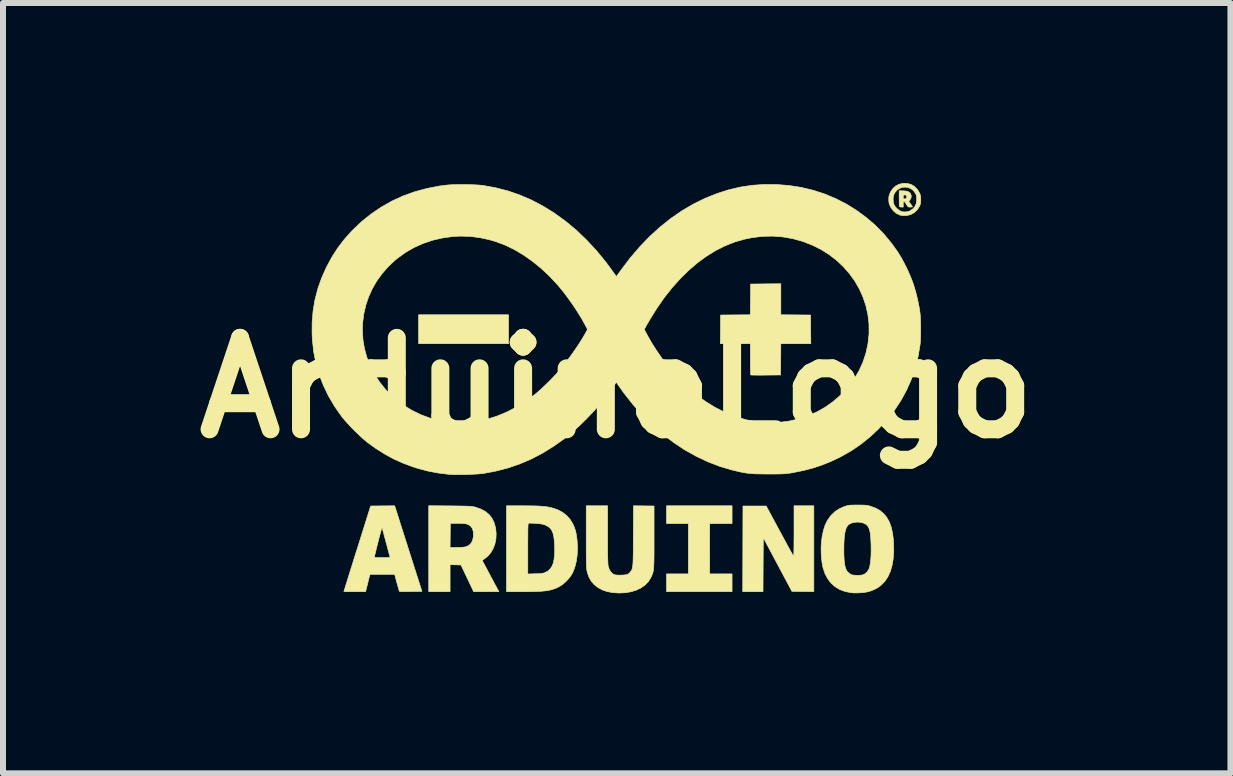
<source format=kicad_pcb>
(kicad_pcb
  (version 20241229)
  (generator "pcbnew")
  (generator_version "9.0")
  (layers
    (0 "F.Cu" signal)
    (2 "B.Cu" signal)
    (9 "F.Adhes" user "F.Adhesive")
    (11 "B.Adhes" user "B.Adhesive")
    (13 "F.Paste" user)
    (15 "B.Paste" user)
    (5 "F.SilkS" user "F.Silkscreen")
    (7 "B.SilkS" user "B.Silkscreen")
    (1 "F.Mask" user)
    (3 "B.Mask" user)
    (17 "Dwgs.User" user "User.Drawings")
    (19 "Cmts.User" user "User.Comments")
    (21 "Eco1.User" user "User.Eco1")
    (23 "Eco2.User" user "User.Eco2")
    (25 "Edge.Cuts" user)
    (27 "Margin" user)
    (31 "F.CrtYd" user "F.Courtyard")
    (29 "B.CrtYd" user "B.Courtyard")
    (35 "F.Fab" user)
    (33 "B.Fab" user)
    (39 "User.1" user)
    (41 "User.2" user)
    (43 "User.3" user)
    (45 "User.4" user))
  (footprint "ArduinoLogo"
    (layer "F.Cu")
    (at 7.228 3.415)
    (property "Reference" "ArduinoLogo" (at 0 0 0) (layer "F.SilkS") (effects (font (size 1.524 1.524) (thickness 0.3))))
    (attr through_hole)
    (fp_poly (pts (xy -1.803 -0.737) (xy -3.302 -0.737) (xy -3.302 -1.219) (xy -1.803 -1.219) (xy -1.803 -0.737)) (stroke (width 0.01) (type solid)) (fill yes) (layer "F.SilkS"))
    (fp_poly (pts (xy 1.922 2.261) (xy 1.549 2.261) (xy 1.549 3.099) (xy 1.922 3.099) (xy 1.922 3.395) (xy 0.83 3.395) (xy 0.83 3.099) (xy 1.194 3.099) (xy 1.194 2.261) (xy 0.83 2.261) (xy 0.83 1.964) (xy 1.922 1.964) (xy 1.922 2.261)) (stroke (width 0.01) (type solid)) (fill yes) (layer "F.SilkS"))
    (fp_poly (pts (xy 3.285 3.395) (xy 3.103 3.393) (xy 2.92 3.391) (xy 2.443 2.496) (xy 2.44 2.946) (xy 2.438 3.395) (xy 2.1 3.395) (xy 2.102 2.682) (xy 2.104 1.968) (xy 2.491 1.968) (xy 2.715 2.383) (xy 2.757 2.461) (xy 2.797 2.534) (xy 2.833 2.601) (xy 2.866 2.661) (xy 2.894 2.712) (xy 2.917 2.754) (xy 2.934 2.784) (xy 2.945 2.802) (xy 2.947 2.806) (xy 2.949 2.8) (xy 2.95 2.778) (xy 2.952 2.74) (xy 2.953 2.69) (xy 2.954 2.626) (xy 2.954 2.551) (xy 2.955 2.465) (xy 2.955 2.389) (xy 2.955 1.964) (xy 3.285 1.964) (xy 3.285 3.395)) (stroke (width 0.01) (type solid)) (fill yes) (layer "F.SilkS"))
    (fp_poly (pts (xy 2.735 -1.219) (xy 3.23 -1.215) (xy 3.232 -0.976) (xy 3.235 -0.737) (xy 2.735 -0.737) (xy 2.733 -0.476) (xy 2.73 -0.216) (xy 2.484 -0.214) (xy 2.421 -0.213) (xy 2.364 -0.213) (xy 2.314 -0.214) (xy 2.275 -0.214) (xy 2.247 -0.215) (xy 2.233 -0.217) (xy 2.233 -0.217) (xy 2.231 -0.227) (xy 2.23 -0.251) (xy 2.229 -0.288) (xy 2.228 -0.336) (xy 2.227 -0.392) (xy 2.227 -0.455) (xy 2.227 -0.48) (xy 2.227 -0.737) (xy 1.727 -0.737) (xy 1.729 -0.976) (xy 1.731 -1.215) (xy 1.979 -1.217) (xy 2.226 -1.219) (xy 2.229 -1.475) (xy 2.231 -1.731) (xy 2.483 -1.734) (xy 2.735 -1.736) (xy 2.735 -1.219)) (stroke (width 0.01) (type solid)) (fill yes) (layer "F.SilkS"))
    (fp_poly (pts (xy 4.821 -3.281) (xy 4.861 -3.27) (xy 4.888 -3.25) (xy 4.897 -3.235) (xy 4.909 -3.202) (xy 4.906 -3.17) (xy 4.889 -3.137) (xy 4.868 -3.106) (xy 4.898 -3.065) (xy 4.914 -3.043) (xy 4.925 -3.026) (xy 4.928 -3.019) (xy 4.92 -3.016) (xy 4.901 -3.014) (xy 4.89 -3.014) (xy 4.869 -3.015) (xy 4.855 -3.02) (xy 4.844 -3.032) (xy 4.83 -3.055) (xy 4.829 -3.059) (xy 4.813 -3.083) (xy 4.799 -3.1) (xy 4.79 -3.106) (xy 4.781 -3.105) (xy 4.777 -3.096) (xy 4.775 -3.076) (xy 4.775 -3.061) (xy 4.775 -3.014) (xy 4.747 -3.014) (xy 4.726 -3.016) (xy 4.713 -3.019) (xy 4.713 -3.02) (xy 4.711 -3.03) (xy 4.709 -3.054) (xy 4.708 -3.088) (xy 4.708 -3.131) (xy 4.707 -3.155) (xy 4.707 -3.184) (xy 4.775 -3.184) (xy 4.776 -3.162) (xy 4.782 -3.152) (xy 4.794 -3.15) (xy 4.794 -3.15) (xy 4.815 -3.153) (xy 4.825 -3.157) (xy 4.832 -3.17) (xy 4.833 -3.189) (xy 4.828 -3.206) (xy 4.816 -3.214) (xy 4.803 -3.216) (xy 4.785 -3.216) (xy 4.777 -3.211) (xy 4.775 -3.195) (xy 4.775 -3.184) (xy 4.707 -3.184) (xy 4.707 -3.285) (xy 4.767 -3.285) (xy 4.821 -3.281)) (stroke (width 0.01) (type solid)) (fill yes) (layer "F.SilkS"))
    (fp_poly (pts (xy 4.846 -3.407) (xy 4.908 -3.39) (xy 4.963 -3.357) (xy 5.009 -3.31) (xy 5.038 -3.264) (xy 5.053 -3.233) (xy 5.062 -3.207) (xy 5.066 -3.18) (xy 5.067 -3.146) (xy 5.067 -3.138) (xy 5.066 -3.099) (xy 5.062 -3.071) (xy 5.054 -3.045) (xy 5.042 -3.02) (xy 5.006 -2.966) (xy 4.96 -2.923) (xy 4.905 -2.892) (xy 4.845 -2.874) (xy 4.783 -2.87) (xy 4.721 -2.88) (xy 4.712 -2.884) (xy 4.655 -2.912) (xy 4.607 -2.955) (xy 4.568 -3.009) (xy 4.564 -3.018) (xy 4.548 -3.051) (xy 4.539 -3.078) (xy 4.535 -3.106) (xy 4.534 -3.14) (xy 4.534 -3.143) (xy 4.606 -3.143) (xy 4.61 -3.095) (xy 4.621 -3.054) (xy 4.622 -3.052) (xy 4.642 -3.02) (xy 4.671 -2.989) (xy 4.706 -2.961) (xy 4.739 -2.942) (xy 4.748 -2.939) (xy 4.787 -2.933) (xy 4.831 -2.935) (xy 4.87 -2.944) (xy 4.884 -2.95) (xy 4.934 -2.983) (xy 4.97 -3.023) (xy 4.991 -3.072) (xy 4.999 -3.132) (xy 4.999 -3.141) (xy 4.998 -3.182) (xy 4.992 -3.212) (xy 4.982 -3.237) (xy 4.981 -3.24) (xy 4.948 -3.285) (xy 4.907 -3.318) (xy 4.86 -3.339) (xy 4.81 -3.347) (xy 4.76 -3.342) (xy 4.712 -3.325) (xy 4.67 -3.296) (xy 4.635 -3.254) (xy 4.622 -3.23) (xy 4.61 -3.19) (xy 4.606 -3.143) (xy 4.534 -3.143) (xy 4.535 -3.178) (xy 4.54 -3.207) (xy 4.55 -3.235) (xy 4.562 -3.262) (xy 4.599 -3.319) (xy 4.646 -3.363) (xy 4.702 -3.393) (xy 4.767 -3.409) (xy 4.778 -3.41) (xy 4.846 -3.407)) (stroke (width 0.01) (type solid)) (fill yes) (layer "F.SilkS"))
    (fp_poly (pts (xy -2.775 1.966) (xy -2.687 1.967) (xy -2.614 1.968) (xy -2.554 1.969) (xy -2.506 1.97) (xy -2.467 1.972) (xy -2.437 1.973) (xy -2.412 1.976) (xy -2.392 1.979) (xy -2.375 1.982) (xy -2.358 1.986) (xy -2.352 1.988) (xy -2.264 2.019) (xy -2.189 2.059) (xy -2.128 2.11) (xy -2.079 2.171) (xy -2.044 2.244) (xy -2.02 2.327) (xy -2.018 2.337) (xy -2.009 2.427) (xy -2.013 2.516) (xy -2.03 2.6) (xy -2.059 2.677) (xy -2.099 2.746) (xy -2.15 2.805) (xy -2.201 2.846) (xy -2.223 2.861) (xy -2.237 2.873) (xy -2.24 2.878) (xy -2.236 2.886) (xy -2.224 2.908) (xy -2.207 2.94) (xy -2.185 2.981) (xy -2.159 3.029) (xy -2.134 3.078) (xy -2.104 3.134) (xy -2.074 3.189) (xy -2.047 3.24) (xy -2.024 3.284) (xy -2.005 3.317) (xy -1.997 3.334) (xy -1.963 3.395) (xy -2.385 3.395) (xy -2.49 3.173) (xy -2.596 2.951) (xy -2.687 2.948) (xy -2.777 2.946) (xy -2.777 3.395) (xy -3.133 3.395) (xy -3.133 2.659) (xy -2.777 2.659) (xy -2.664 2.659) (xy -2.597 2.657) (xy -2.544 2.653) (xy -2.51 2.646) (xy -2.463 2.624) (xy -2.427 2.589) (xy -2.403 2.543) (xy -2.39 2.485) (xy -2.388 2.448) (xy -2.392 2.388) (xy -2.407 2.341) (xy -2.433 2.305) (xy -2.47 2.279) (xy -2.487 2.272) (xy -2.508 2.266) (xy -2.535 2.261) (xy -2.571 2.259) (xy -2.619 2.257) (xy -2.649 2.257) (xy -2.773 2.256) (xy -2.775 2.457) (xy -2.777 2.659) (xy -3.133 2.659) (xy -3.133 1.963) (xy -2.775 1.966)) (stroke (width 0.01) (type solid)) (fill yes) (layer "F.SilkS"))
    (fp_poly (pts (xy -3.666 2.072) (xy -3.658 2.098) (xy -3.645 2.138) (xy -3.628 2.192) (xy -3.608 2.257) (xy -3.584 2.332) (xy -3.557 2.415) (xy -3.529 2.505) (xy -3.498 2.6) (xy -3.467 2.699) (xy -3.439 2.786) (xy -3.246 3.391) (xy -3.432 3.393) (xy -3.486 3.394) (xy -3.535 3.394) (xy -3.575 3.394) (xy -3.604 3.393) (xy -3.619 3.392) (xy -3.621 3.392) (xy -3.625 3.383) (xy -3.631 3.361) (xy -3.64 3.33) (xy -3.651 3.291) (xy -3.663 3.25) (xy -3.674 3.209) (xy -3.684 3.171) (xy -3.692 3.14) (xy -3.695 3.131) (xy -3.7 3.107) (xy -4.113 3.107) (xy -4.149 3.251) (xy -4.185 3.395) (xy -4.547 3.395) (xy -4.542 3.376) (xy -4.539 3.365) (xy -4.531 3.34) (xy -4.519 3.3) (xy -4.502 3.248) (xy -4.483 3.185) (xy -4.46 3.111) (xy -4.434 3.029) (xy -4.406 2.939) (xy -4.376 2.842) (xy -4.368 2.817) (xy -4.038 2.817) (xy -4.034 2.822) (xy -4.02 2.825) (xy -3.995 2.827) (xy -3.956 2.828) (xy -3.907 2.828) (xy -3.857 2.828) (xy -3.822 2.827) (xy -3.798 2.826) (xy -3.785 2.824) (xy -3.779 2.82) (xy -3.779 2.815) (xy -3.779 2.813) (xy -3.783 2.801) (xy -3.79 2.775) (xy -3.8 2.738) (xy -3.813 2.69) (xy -3.827 2.636) (xy -3.843 2.576) (xy -3.844 2.574) (xy -3.86 2.514) (xy -3.875 2.459) (xy -3.887 2.411) (xy -3.898 2.373) (xy -3.905 2.346) (xy -3.909 2.333) (xy -3.909 2.333) (xy -3.913 2.335) (xy -3.92 2.354) (xy -3.93 2.387) (xy -3.943 2.435) (xy -3.96 2.496) (xy -3.976 2.561) (xy -3.992 2.623) (xy -4.006 2.68) (xy -4.018 2.73) (xy -4.028 2.771) (xy -4.035 2.8) (xy -4.038 2.816) (xy -4.038 2.817) (xy -4.368 2.817) (xy -4.344 2.741) (xy -4.319 2.663) (xy -4.101 1.968) (xy -3.701 1.964) (xy -3.666 2.072)) (stroke (width 0.01) (type solid)) (fill yes) (layer "F.SilkS"))
    (fp_poly (pts (xy 0.451 1.966) (xy 0.622 1.968) (xy 0.622 2.485) (xy 0.622 2.596) (xy 0.622 2.692) (xy 0.622 2.774) (xy 0.621 2.844) (xy 0.62 2.902) (xy 0.618 2.95) (xy 0.616 2.99) (xy 0.613 3.023) (xy 0.609 3.051) (xy 0.604 3.074) (xy 0.597 3.095) (xy 0.59 3.115) (xy 0.581 3.135) (xy 0.57 3.157) (xy 0.567 3.164) (xy 0.526 3.23) (xy 0.471 3.286) (xy 0.404 3.333) (xy 0.327 3.37) (xy 0.239 3.397) (xy 0.143 3.413) (xy 0.04 3.418) (xy -0.068 3.411) (xy -0.159 3.394) (xy -0.243 3.365) (xy -0.316 3.325) (xy -0.378 3.275) (xy -0.384 3.269) (xy -0.428 3.215) (xy -0.461 3.157) (xy -0.486 3.088) (xy -0.492 3.067) (xy -0.495 3.053) (xy -0.498 3.038) (xy -0.5 3.022) (xy -0.502 3.002) (xy -0.504 2.977) (xy -0.505 2.946) (xy -0.506 2.907) (xy -0.507 2.859) (xy -0.507 2.801) (xy -0.508 2.731) (xy -0.508 2.648) (xy -0.508 2.55) (xy -0.508 2.484) (xy -0.508 1.964) (xy -0.152 1.964) (xy -0.152 2.442) (xy -0.152 2.564) (xy -0.152 2.671) (xy -0.151 2.761) (xy -0.15 2.836) (xy -0.148 2.894) (xy -0.146 2.936) (xy -0.144 2.961) (xy -0.143 2.965) (xy -0.126 3.019) (xy -0.1 3.064) (xy -0.067 3.097) (xy -0.061 3.1) (xy -0.045 3.109) (xy -0.029 3.115) (xy -0.007 3.118) (xy 0.023 3.12) (xy 0.064 3.12) (xy 0.117 3.118) (xy 0.157 3.113) (xy 0.188 3.103) (xy 0.211 3.086) (xy 0.232 3.061) (xy 0.235 3.057) (xy 0.243 3.045) (xy 0.25 3.033) (xy 0.255 3.02) (xy 0.26 3.005) (xy 0.264 2.986) (xy 0.267 2.961) (xy 0.27 2.931) (xy 0.272 2.892) (xy 0.274 2.844) (xy 0.275 2.785) (xy 0.276 2.715) (xy 0.276 2.631) (xy 0.277 2.532) (xy 0.277 2.466) (xy 0.28 1.964) (xy 0.451 1.966)) (stroke (width 0.01) (type solid)) (fill yes) (layer "F.SilkS"))
    (fp_poly (pts (xy -1.471 1.965) (xy -1.387 1.966) (xy -1.315 1.968) (xy -1.254 1.972) (xy -1.201 1.976) (xy -1.155 1.983) (xy -1.112 1.99) (xy -1.077 1.999) (xy -0.985 2.03) (xy -0.904 2.073) (xy -0.833 2.128) (xy -0.775 2.194) (xy -0.73 2.269) (xy -0.707 2.321) (xy -0.69 2.371) (xy -0.677 2.424) (xy -0.667 2.485) (xy -0.659 2.557) (xy -0.659 2.559) (xy -0.653 2.676) (xy -0.659 2.789) (xy -0.675 2.897) (xy -0.701 2.997) (xy -0.735 3.081) (xy -0.765 3.131) (xy -0.805 3.183) (xy -0.852 3.232) (xy -0.902 3.275) (xy -0.949 3.306) (xy -0.953 3.308) (xy -0.994 3.329) (xy -1.035 3.346) (xy -1.077 3.36) (xy -1.122 3.371) (xy -1.172 3.38) (xy -1.229 3.386) (xy -1.295 3.391) (xy -1.373 3.393) (xy -1.463 3.395) (xy -1.552 3.395) (xy -1.837 3.395) (xy -1.837 2.679) (xy -1.482 2.679) (xy -1.482 3.101) (xy -1.357 3.097) (xy -1.305 3.096) (xy -1.267 3.093) (xy -1.239 3.09) (xy -1.217 3.085) (xy -1.198 3.078) (xy -1.19 3.075) (xy -1.145 3.05) (xy -1.109 3.017) (xy -1.081 2.975) (xy -1.059 2.924) (xy -1.045 2.861) (xy -1.036 2.785) (xy -1.034 2.695) (xy -1.036 2.625) (xy -1.041 2.543) (xy -1.049 2.476) (xy -1.062 2.422) (xy -1.08 2.378) (xy -1.104 2.344) (xy -1.135 2.316) (xy -1.174 2.293) (xy -1.183 2.288) (xy -1.208 2.279) (xy -1.236 2.271) (xy -1.272 2.265) (xy -1.319 2.26) (xy -1.341 2.259) (xy -1.384 2.256) (xy -1.422 2.254) (xy -1.45 2.253) (xy -1.466 2.254) (xy -1.468 2.255) (xy -1.471 2.257) (xy -1.474 2.263) (xy -1.476 2.273) (xy -1.478 2.288) (xy -1.479 2.311) (xy -1.48 2.343) (xy -1.481 2.385) (xy -1.481 2.438) (xy -1.481 2.503) (xy -1.482 2.583) (xy -1.482 2.679) (xy -1.837 2.679) (xy -1.837 1.964) (xy -1.57 1.964) (xy -1.471 1.965)) (stroke (width 0.01) (type solid)) (fill yes) (layer "F.SilkS"))
    (fp_poly (pts (xy 4.07 1.952) (xy 4.114 1.953) (xy 4.148 1.955) (xy 4.176 1.959) (xy 4.202 1.964) (xy 4.227 1.971) (xy 4.312 2.002) (xy 4.385 2.042) (xy 4.448 2.094) (xy 4.5 2.157) (xy 4.542 2.231) (xy 4.574 2.319) (xy 4.597 2.419) (xy 4.611 2.534) (xy 4.613 2.571) (xy 4.617 2.712) (xy 4.609 2.84) (xy 4.59 2.955) (xy 4.56 3.058) (xy 4.519 3.148) (xy 4.467 3.225) (xy 4.404 3.29) (xy 4.331 3.341) (xy 4.247 3.379) (xy 4.194 3.395) (xy 4.14 3.406) (xy 4.077 3.413) (xy 4.01 3.416) (xy 3.946 3.416) (xy 3.902 3.412) (xy 3.804 3.392) (xy 3.716 3.359) (xy 3.638 3.312) (xy 3.571 3.252) (xy 3.516 3.18) (xy 3.471 3.095) (xy 3.439 2.999) (xy 3.437 2.994) (xy 3.423 2.92) (xy 3.412 2.836) (xy 3.407 2.747) (xy 3.407 2.697) (xy 3.785 2.697) (xy 3.786 2.788) (xy 3.79 2.865) (xy 3.797 2.927) (xy 3.806 2.978) (xy 3.82 3.019) (xy 3.837 3.051) (xy 3.857 3.075) (xy 3.881 3.094) (xy 3.906 3.11) (xy 3.913 3.113) (xy 3.941 3.119) (xy 3.98 3.122) (xy 4.024 3.123) (xy 4.065 3.121) (xy 4.098 3.116) (xy 4.102 3.115) (xy 4.141 3.096) (xy 4.176 3.063) (xy 4.202 3.021) (xy 4.212 2.997) (xy 4.223 2.945) (xy 4.232 2.879) (xy 4.238 2.801) (xy 4.24 2.713) (xy 4.239 2.619) (xy 4.239 2.612) (xy 4.235 2.53) (xy 4.23 2.462) (xy 4.223 2.408) (xy 4.213 2.364) (xy 4.2 2.33) (xy 4.184 2.303) (xy 4.164 2.281) (xy 4.155 2.274) (xy 4.115 2.253) (xy 4.066 2.24) (xy 4.013 2.236) (xy 3.959 2.24) (xy 3.911 2.253) (xy 3.871 2.274) (xy 3.86 2.283) (xy 3.838 2.31) (xy 3.821 2.345) (xy 3.807 2.392) (xy 3.797 2.449) (xy 3.79 2.52) (xy 3.786 2.605) (xy 3.785 2.697) (xy 3.407 2.697) (xy 3.406 2.658) (xy 3.41 2.585) (xy 3.424 2.473) (xy 3.445 2.375) (xy 3.472 2.289) (xy 3.508 2.214) (xy 3.553 2.148) (xy 3.578 2.118) (xy 3.639 2.06) (xy 3.708 2.015) (xy 3.788 1.979) (xy 3.793 1.978) (xy 3.82 1.968) (xy 3.842 1.962) (xy 3.864 1.957) (xy 3.889 1.954) (xy 3.92 1.953) (xy 3.961 1.952) (xy 4.013 1.952) (xy 4.07 1.952)) (stroke (width 0.01) (type solid)) (fill yes) (layer "F.SilkS"))
    (fp_poly (pts (xy 2.659 -3.39) (xy 2.87 -3.374) (xy 2.874 -3.373) (xy 3.075 -3.342) (xy 3.272 -3.295) (xy 3.464 -3.233) (xy 3.65 -3.155) (xy 3.828 -3.064) (xy 3.998 -2.958) (xy 4.16 -2.839) (xy 4.312 -2.708) (xy 4.453 -2.564) (xy 4.582 -2.408) (xy 4.684 -2.265) (xy 4.737 -2.179) (xy 4.79 -2.082) (xy 4.842 -1.978) (xy 4.889 -1.873) (xy 4.929 -1.771) (xy 4.948 -1.718) (xy 4.984 -1.597) (xy 5.016 -1.468) (xy 5.042 -1.336) (xy 5.056 -1.24) (xy 5.06 -1.194) (xy 5.063 -1.134) (xy 5.065 -1.066) (xy 5.066 -0.993) (xy 5.065 -0.919) (xy 5.064 -0.849) (xy 5.061 -0.786) (xy 5.057 -0.734) (xy 5.056 -0.724) (xy 5.023 -0.524) (xy 4.974 -0.33) (xy 4.91 -0.142) (xy 4.83 0.038) (xy 4.735 0.212) (xy 4.625 0.378) (xy 4.5 0.536) (xy 4.361 0.686) (xy 4.218 0.819) (xy 4.07 0.937) (xy 3.916 1.043) (xy 3.751 1.137) (xy 3.72 1.154) (xy 3.57 1.225) (xy 3.421 1.285) (xy 3.27 1.335) (xy 3.113 1.376) (xy 2.945 1.41) (xy 2.887 1.42) (xy 2.855 1.424) (xy 2.821 1.428) (xy 2.783 1.431) (xy 2.739 1.433) (xy 2.686 1.434) (xy 2.622 1.435) (xy 2.544 1.435) (xy 2.523 1.435) (xy 2.432 1.434) (xy 2.355 1.433) (xy 2.287 1.431) (xy 2.228 1.426) (xy 2.171 1.42) (xy 2.116 1.411) (xy 2.058 1.4) (xy 1.994 1.385) (xy 1.922 1.368) (xy 1.719 1.308) (xy 1.519 1.231) (xy 1.324 1.139) (xy 1.133 1.032) (xy 0.948 0.909) (xy 0.768 0.772) (xy 0.595 0.62) (xy 0.428 0.454) (xy 0.269 0.275) (xy 0.118 0.083) (xy 0.033 -0.037) (xy -0.007 -0.094) (xy -0.043 -0.041) (xy -0.143 0.099) (xy -0.254 0.239) (xy -0.373 0.377) (xy -0.499 0.51) (xy -0.627 0.636) (xy -0.756 0.751) (xy -0.876 0.848) (xy -1.059 0.977) (xy -1.242 1.09) (xy -1.429 1.187) (xy -1.62 1.268) (xy -1.816 1.335) (xy -2.019 1.387) (xy -2.214 1.424) (xy -2.265 1.43) (xy -2.329 1.435) (xy -2.403 1.439) (xy -2.482 1.443) (xy -2.562 1.445) (xy -2.64 1.445) (xy -2.712 1.444) (xy -2.773 1.442) (xy -2.807 1.439) (xy -2.981 1.417) (xy -3.145 1.386) (xy -3.308 1.343) (xy -3.391 1.317) (xy -3.558 1.255) (xy -3.717 1.184) (xy -3.869 1.101) (xy -4.019 1.006) (xy -4.157 0.906) (xy -4.199 0.871) (xy -4.249 0.827) (xy -4.304 0.775) (xy -4.362 0.718) (xy -4.42 0.66) (xy -4.475 0.602) (xy -4.524 0.548) (xy -4.564 0.501) (xy -4.582 0.478) (xy -4.701 0.309) (xy -4.803 0.136) (xy -4.889 -0.042) (xy -4.959 -0.225) (xy -5.013 -0.412) (xy -5.051 -0.605) (xy -5.072 -0.803) (xy -5.077 -0.902) (xy -5.077 -0.942) (xy -4.238 -0.942) (xy -4.228 -0.796) (xy -4.203 -0.65) (xy -4.163 -0.507) (xy -4.108 -0.367) (xy -4.038 -0.232) (xy -3.954 -0.101) (xy -3.855 0.023) (xy -3.807 0.074) (xy -3.687 0.187) (xy -3.556 0.286) (xy -3.416 0.372) (xy -3.268 0.445) (xy -3.113 0.502) (xy -2.953 0.545) (xy -2.788 0.571) (xy -2.75 0.575) (xy -2.683 0.579) (xy -2.607 0.58) (xy -2.528 0.579) (xy -2.451 0.575) (xy -2.382 0.568) (xy -2.345 0.563) (xy -2.171 0.525) (xy -1.999 0.471) (xy -1.83 0.401) (xy -1.664 0.314) (xy -1.502 0.212) (xy -1.359 0.105) (xy -1.307 0.061) (xy -1.247 0.007) (xy -1.183 -0.054) (xy -1.117 -0.119) (xy -1.052 -0.186) (xy -0.991 -0.251) (xy -0.938 -0.312) (xy -0.911 -0.344) (xy -0.841 -0.433) (xy -0.77 -0.53) (xy -0.699 -0.63) (xy -0.631 -0.731) (xy -0.57 -0.828) (xy -0.518 -0.918) (xy -0.511 -0.93) (xy -0.487 -0.975) (xy -0.487 -0.975) (xy 0.459 -0.975) (xy 0.508 -0.883) (xy 0.582 -0.752) (xy 0.668 -0.617) (xy 0.762 -0.481) (xy 0.864 -0.349) (xy 0.894 -0.312) (xy 0.941 -0.257) (xy 0.998 -0.196) (xy 1.06 -0.131) (xy 1.125 -0.066) (xy 1.19 -0.005) (xy 1.251 0.051) (xy 1.306 0.098) (xy 1.318 0.108) (xy 1.478 0.225) (xy 1.642 0.326) (xy 1.809 0.41) (xy 1.98 0.478) (xy 2.154 0.53) (xy 2.294 0.559) (xy 2.375 0.571) (xy 2.445 0.579) (xy 2.512 0.583) (xy 2.582 0.582) (xy 2.659 0.578) (xy 2.698 0.575) (xy 2.866 0.554) (xy 3.029 0.517) (xy 3.186 0.465) (xy 3.337 0.399) (xy 3.479 0.318) (xy 3.611 0.224) (xy 3.734 0.117) (xy 3.748 0.103) (xy 3.86 -0.019) (xy 3.956 -0.148) (xy 4.037 -0.284) (xy 4.102 -0.426) (xy 4.152 -0.575) (xy 4.186 -0.729) (xy 4.204 -0.889) (xy 4.205 -0.914) (xy 4.204 -1.069) (xy 4.186 -1.221) (xy 4.153 -1.369) (xy 4.105 -1.512) (xy 4.043 -1.65) (xy 3.968 -1.781) (xy 3.879 -1.904) (xy 3.778 -2.019) (xy 3.666 -2.125) (xy 3.543 -2.22) (xy 3.409 -2.305) (xy 3.266 -2.377) (xy 3.114 -2.436) (xy 3.099 -2.442) (xy 2.932 -2.488) (xy 2.766 -2.517) (xy 2.599 -2.53) (xy 2.43 -2.526) (xy 2.259 -2.505) (xy 2.13 -2.479) (xy 1.969 -2.433) (xy 1.81 -2.37) (xy 1.653 -2.292) (xy 1.499 -2.197) (xy 1.349 -2.088) (xy 1.203 -1.963) (xy 1.062 -1.825) (xy 0.925 -1.672) (xy 0.793 -1.506) (xy 0.668 -1.326) (xy 0.549 -1.134) (xy 0.496 -1.043) (xy 0.459 -0.975) (xy -0.487 -0.975) (xy -0.532 -1.061) (xy -0.589 -1.163) (xy -0.656 -1.271) (xy -0.73 -1.383) (xy -0.808 -1.493) (xy -0.887 -1.599) (xy -0.965 -1.694) (xy -0.985 -1.717) (xy -1.119 -1.861) (xy -1.259 -1.992) (xy -1.404 -2.11) (xy -1.553 -2.215) (xy -1.705 -2.305) (xy -1.859 -2.38) (xy -2.014 -2.438) (xy -2.114 -2.468) (xy -2.28 -2.504) (xy -2.442 -2.525) (xy -2.6 -2.53) (xy -2.725 -2.524) (xy -2.9 -2.5) (xy -3.067 -2.462) (xy -3.226 -2.408) (xy -3.378 -2.34) (xy -3.521 -2.257) (xy -3.657 -2.159) (xy -3.683 -2.138) (xy -3.801 -2.028) (xy -3.906 -1.91) (xy -3.997 -1.785) (xy -4.073 -1.654) (xy -4.135 -1.517) (xy -4.182 -1.377) (xy -4.215 -1.234) (xy -4.234 -1.088) (xy -4.238 -0.942) (xy -5.077 -0.942) (xy -5.076 -1.097) (xy -5.06 -1.286) (xy -5.029 -1.47) (xy -4.982 -1.651) (xy -4.919 -1.83) (xy -4.839 -2.01) (xy -4.834 -2.019) (xy -4.747 -2.181) (xy -4.649 -2.333) (xy -4.539 -2.477) (xy -4.414 -2.617) (xy -4.403 -2.628) (xy -4.253 -2.771) (xy -4.093 -2.899) (xy -3.925 -3.013) (xy -3.749 -3.113) (xy -3.564 -3.198) (xy -3.37 -3.268) (xy -3.169 -3.323) (xy -2.96 -3.364) (xy -2.845 -3.379) (xy -2.792 -3.384) (xy -2.727 -3.387) (xy -2.653 -3.389) (xy -2.575 -3.39) (xy -2.495 -3.389) (xy -2.417 -3.387) (xy -2.345 -3.384) (xy -2.283 -3.38) (xy -2.233 -3.375) (xy -2.231 -3.375) (xy -2.018 -3.336) (xy -1.812 -3.283) (xy -1.612 -3.214) (xy -1.417 -3.13) (xy -1.226 -3.029) (xy -1.038 -2.913) (xy -1.035 -2.91) (xy -0.85 -2.776) (xy -0.671 -2.627) (xy -0.499 -2.462) (xy -0.334 -2.284) (xy -0.177 -2.092) (xy -0.079 -1.959) (xy -0.006 -1.857) (xy 0.071 -1.963) (xy 0.223 -2.164) (xy 0.383 -2.351) (xy 0.549 -2.524) (xy 0.722 -2.681) (xy 0.901 -2.824) (xy 1.085 -2.951) (xy 1.275 -3.063) (xy 1.47 -3.159) (xy 1.475 -3.161) (xy 1.67 -3.239) (xy 1.864 -3.301) (xy 2.058 -3.347) (xy 2.255 -3.377) (xy 2.455 -3.391) (xy 2.659 -3.39)) (stroke (width 0.01) (type solid)) (fill yes) (layer "F.SilkS")))
  (gr_rect
    (start -3 -3)
    (end 17.456 9.838)
    (stroke (width 0.1) (type default))
    (fill no)
    (layer "Edge.Cuts")))
</source>
